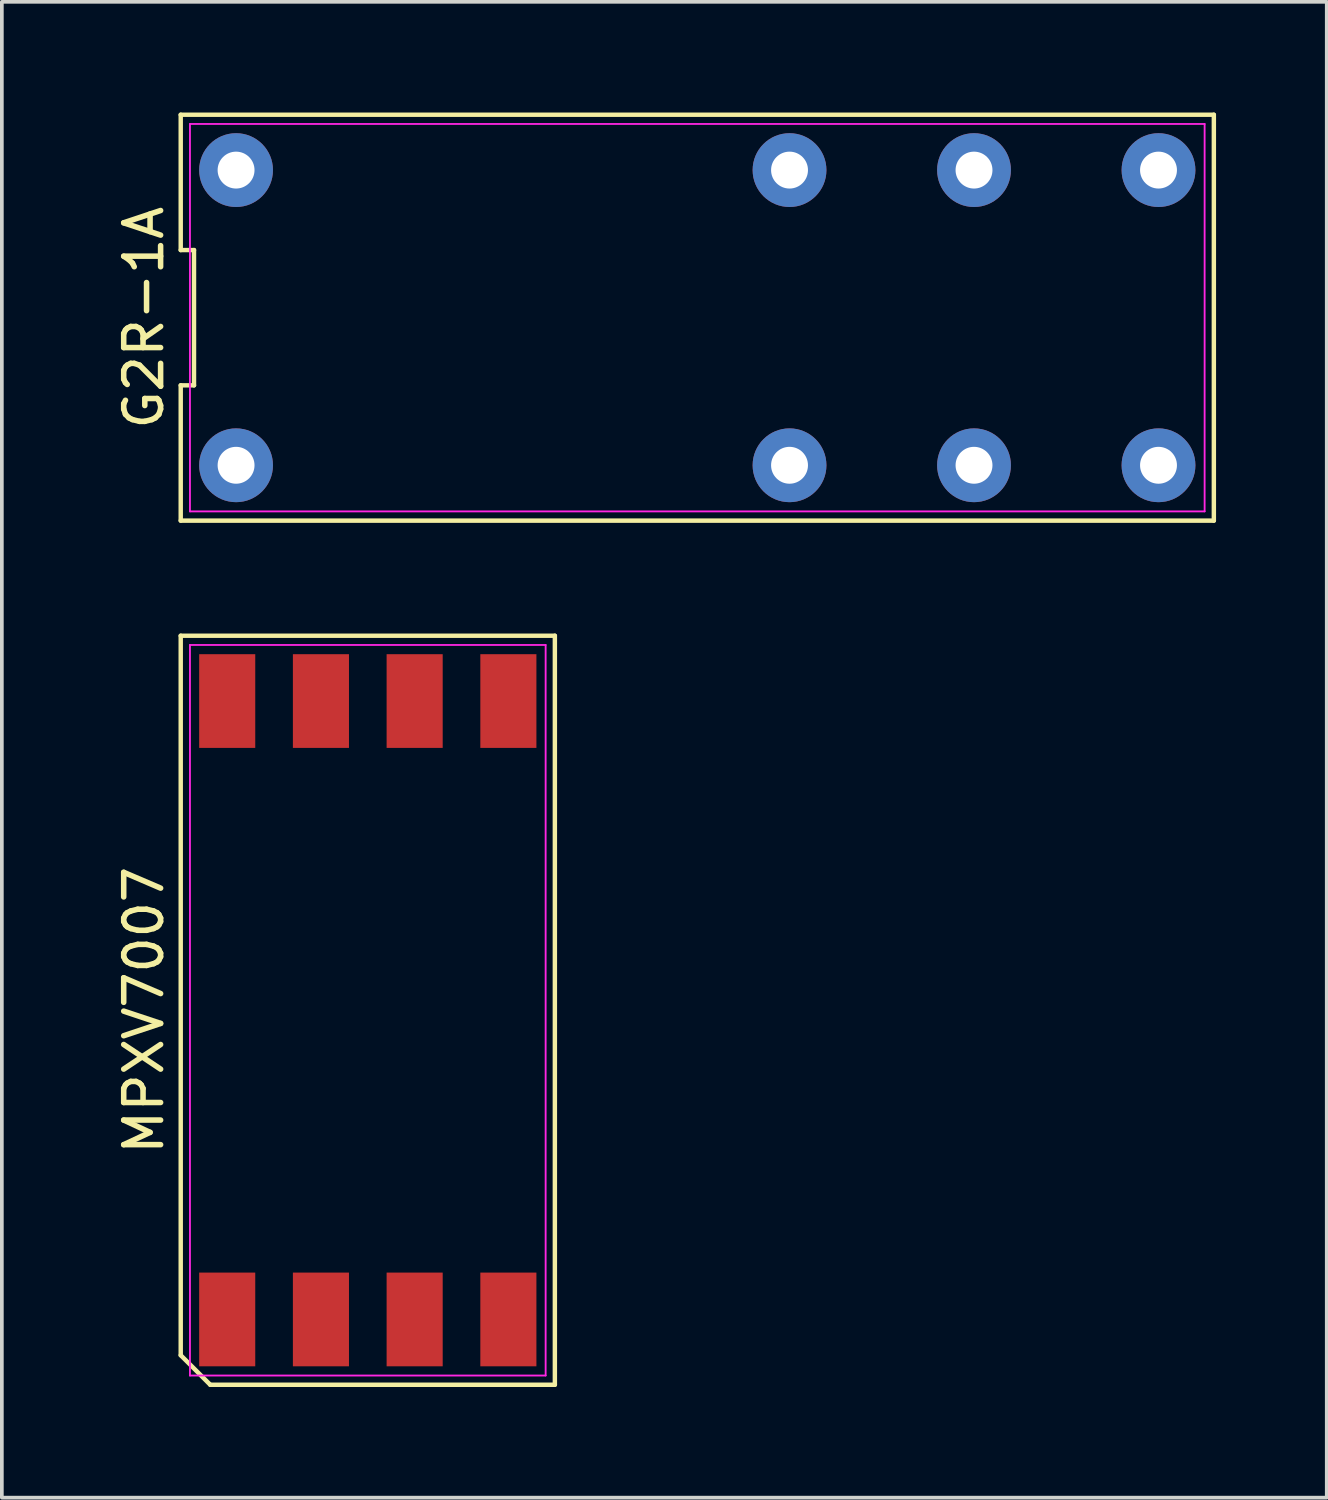
<source format=kicad_pcb>
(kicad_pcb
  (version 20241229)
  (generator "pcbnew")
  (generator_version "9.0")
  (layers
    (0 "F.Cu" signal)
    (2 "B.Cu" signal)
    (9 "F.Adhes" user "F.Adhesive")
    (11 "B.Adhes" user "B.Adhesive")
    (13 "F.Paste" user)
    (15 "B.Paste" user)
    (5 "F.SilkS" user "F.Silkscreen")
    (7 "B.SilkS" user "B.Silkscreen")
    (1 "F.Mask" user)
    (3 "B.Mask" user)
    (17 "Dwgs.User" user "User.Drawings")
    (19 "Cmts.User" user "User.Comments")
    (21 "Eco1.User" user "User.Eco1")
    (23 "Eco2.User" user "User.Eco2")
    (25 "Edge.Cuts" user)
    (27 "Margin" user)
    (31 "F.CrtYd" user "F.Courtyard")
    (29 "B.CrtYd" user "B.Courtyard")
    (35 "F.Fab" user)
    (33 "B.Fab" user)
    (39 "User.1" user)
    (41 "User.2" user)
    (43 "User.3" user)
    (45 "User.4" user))
  (footprint "G2R-1A"
    (layer "F.Cu")
    (at 15.848 5.56)
    (property "Reference" "G2R-1A" (at -15 0 90) (layer "F.SilkS") (effects (font (size 1 1) (thickness 0.15))))
    (attr through_hole)
    (fp_line (start -14 -5.5) (end -14 -1.833) (stroke (width 0.12) (type solid)) (layer "F.SilkS"))
    (fp_line (start -14 -1.833) (end -13.64 -1.833) (stroke (width 0.12) (type solid)) (layer "F.SilkS"))
    (fp_line (start -14 1.833) (end -14 5.5) (stroke (width 0.12) (type solid)) (layer "F.SilkS"))
    (fp_line (start -14 5.5) (end 14 5.5) (stroke (width 0.12) (type solid)) (layer "F.SilkS"))
    (fp_line (start -13.64 -1.833) (end -13.64 1.833) (stroke (width 0.12) (type solid)) (layer "F.SilkS"))
    (fp_line (start -13.64 1.833) (end -14 1.833) (stroke (width 0.12) (type solid)) (layer "F.SilkS"))
    (fp_line (start 14 -5.5) (end -14 -5.5) (stroke (width 0.12) (type solid)) (layer "F.SilkS"))
    (fp_line (start 14 5.5) (end 14 -5.5) (stroke (width 0.12) (type solid)) (layer "F.SilkS"))
    (fp_line (start -13.75 -5.25) (end 13.75 -5.25) (stroke (width 0.05) (type solid)) (layer "F.CrtYd"))
    (fp_line (start -13.75 5.25) (end -13.75 -5.25) (stroke (width 0.05) (type solid)) (layer "F.CrtYd"))
    (fp_line (start 13.75 -5.25) (end 13.75 5.25) (stroke (width 0.05) (type solid)) (layer "F.CrtYd"))
    (fp_line (start 13.75 5.25) (end -13.75 5.25) (stroke (width 0.05) (type solid)) (layer "F.CrtYd"))
    (pad "1" thru_hole circle (at -12.5 4) (size 2 2) (drill 1) (layers "*.Cu" "*.Mask"))
    (pad "2" thru_hole circle (at 2.5 4) (size 2 2) (drill 1) (layers "*.Cu" "*.Mask"))
    (pad "3" thru_hole circle (at 7.5 4) (size 2 2) (drill 1) (layers "*.Cu" "*.Mask"))
    (pad "4" thru_hole circle (at 12.5 4) (size 2 2) (drill 1) (layers "*.Cu" "*.Mask"))
    (pad "5" thru_hole circle (at 12.5 -4) (size 2 2) (drill 1) (layers "*.Cu" "*.Mask"))
    (pad "6" thru_hole circle (at 7.5 -4) (size 2 2) (drill 1) (layers "*.Cu" "*.Mask"))
    (pad "7" thru_hole circle (at 2.5 -4) (size 2 2) (drill 1) (layers "*.Cu" "*.Mask"))
    (pad "8" thru_hole circle (at -12.5 -4) (size 2 2) (drill 1) (layers "*.Cu" "*.Mask")))
  (footprint "MPXV7007"
    (layer "F.Cu")
    (at 6.918 24.33)
    (property "Reference" "MPXV7007" (at -6.07 0 90) (layer "F.SilkS") (effects (font (size 1 1) (thickness 0.15))))
    (attr smd)
    (fp_line (start -5.07 -10.15) (end 5.07 -10.15) (stroke (width 0.12) (type solid)) (layer "F.SilkS"))
    (fp_line (start -5.07 9.35) (end -5.07 -10.15) (stroke (width 0.12) (type solid)) (layer "F.SilkS"))
    (fp_line (start -4.27 10.15) (end -5.07 9.35) (stroke (width 0.12) (type solid)) (layer "F.SilkS"))
    (fp_line (start 5.07 -10.15) (end 5.07 10.15) (stroke (width 0.12) (type solid)) (layer "F.SilkS"))
    (fp_line (start 5.07 10.15) (end -4.27 10.15) (stroke (width 0.12) (type solid)) (layer "F.SilkS"))
    (fp_line (start -4.82 -9.9) (end 4.82 -9.9) (stroke (width 0.05) (type solid)) (layer "F.CrtYd"))
    (fp_line (start -4.82 9.9) (end -4.82 -9.9) (stroke (width 0.05) (type solid)) (layer "F.CrtYd"))
    (fp_line (start 4.82 -9.9) (end 4.82 9.9) (stroke (width 0.05) (type solid)) (layer "F.CrtYd"))
    (fp_line (start 4.82 9.9) (end -4.82 9.9) (stroke (width 0.05) (type solid)) (layer "F.CrtYd"))
    (pad "1" smd rect (at -3.81 8.38) (size 1.52 2.54) (layers "F.Cu" "F.Mask" "F.Paste"))
    (pad "2" smd rect (at -1.27 8.38) (size 1.52 2.54) (layers "F.Cu" "F.Mask" "F.Paste"))
    (pad "3" smd rect (at 1.27 8.38) (size 1.52 2.54) (layers "F.Cu" "F.Mask" "F.Paste"))
    (pad "4" smd rect (at 3.81 8.38) (size 1.52 2.54) (layers "F.Cu" "F.Mask" "F.Paste"))
    (pad "5" smd rect (at 3.81 -8.38) (size 1.52 2.54) (layers "F.Cu" "F.Mask" "F.Paste"))
    (pad "6" smd rect (at 1.27 -8.38) (size 1.52 2.54) (layers "F.Cu" "F.Mask" "F.Paste"))
    (pad "7" smd rect (at -1.27 -8.38) (size 1.52 2.54) (layers "F.Cu" "F.Mask" "F.Paste"))
    (pad "8" smd rect (at -3.81 -8.38) (size 1.52 2.54) (layers "F.Cu" "F.Mask" "F.Paste")))
  (gr_rect
    (start -3 -3)
    (end 32.908 37.54)
    (stroke (width 0.1) (type default))
    (fill no)
    (layer "Edge.Cuts")))
</source>
